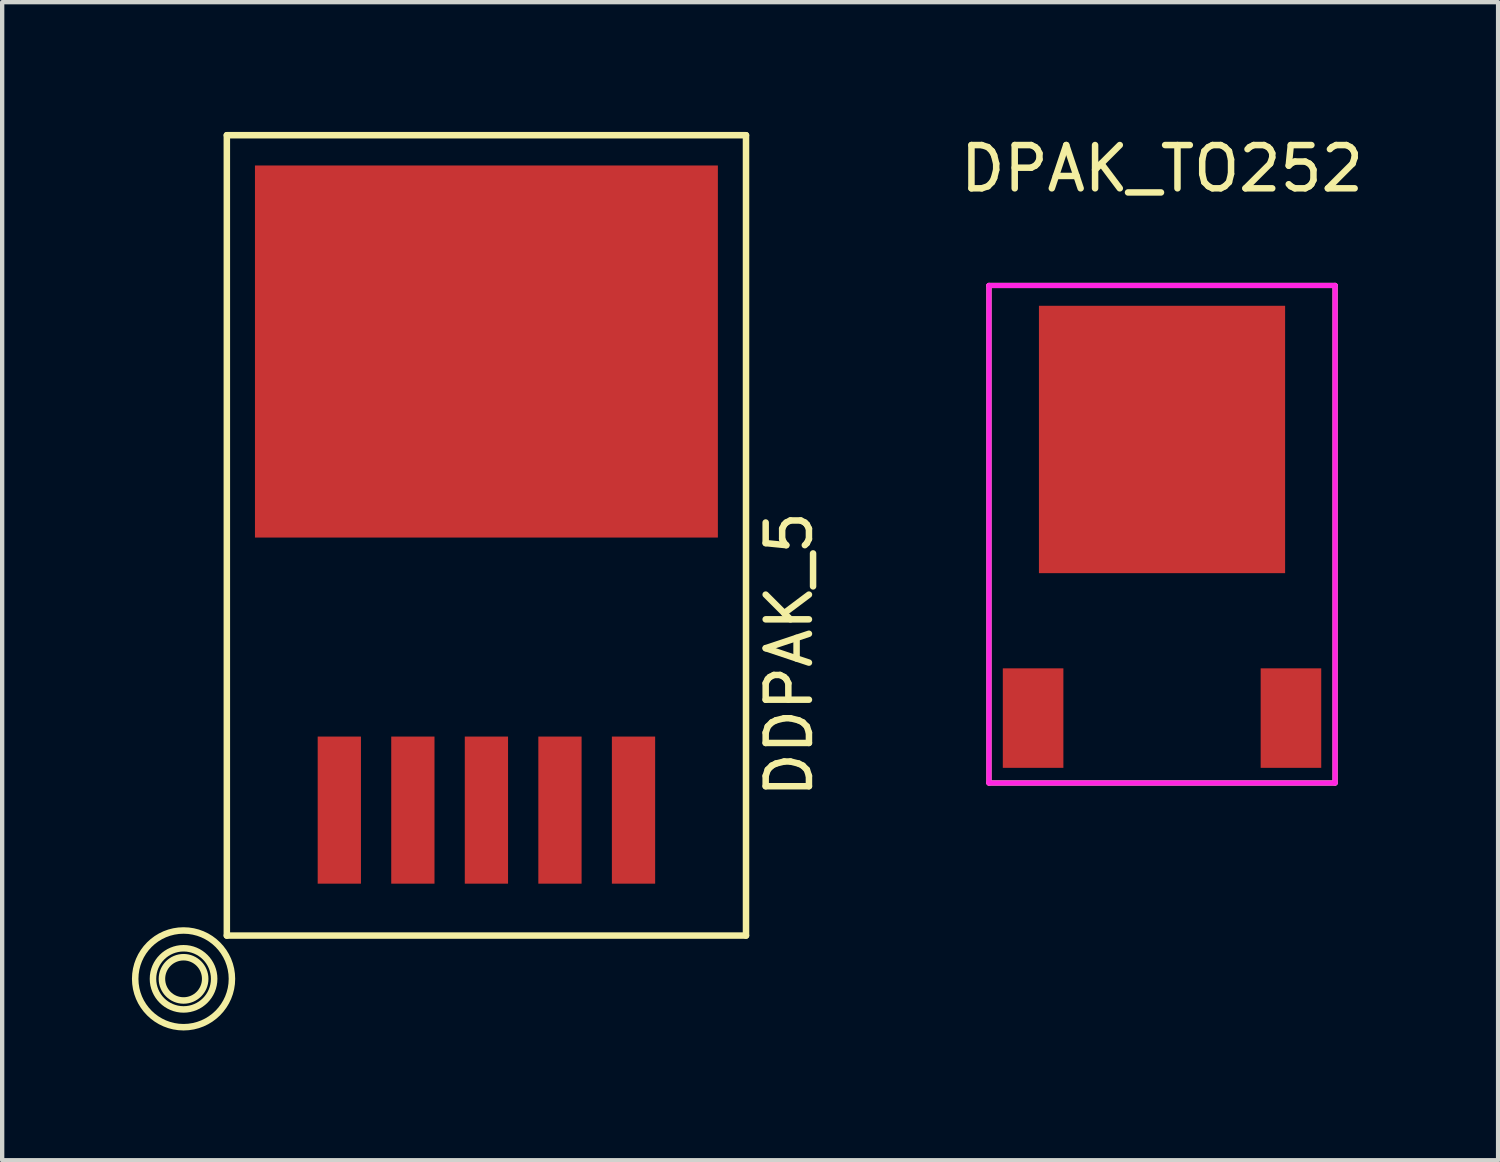
<source format=kicad_pcb>
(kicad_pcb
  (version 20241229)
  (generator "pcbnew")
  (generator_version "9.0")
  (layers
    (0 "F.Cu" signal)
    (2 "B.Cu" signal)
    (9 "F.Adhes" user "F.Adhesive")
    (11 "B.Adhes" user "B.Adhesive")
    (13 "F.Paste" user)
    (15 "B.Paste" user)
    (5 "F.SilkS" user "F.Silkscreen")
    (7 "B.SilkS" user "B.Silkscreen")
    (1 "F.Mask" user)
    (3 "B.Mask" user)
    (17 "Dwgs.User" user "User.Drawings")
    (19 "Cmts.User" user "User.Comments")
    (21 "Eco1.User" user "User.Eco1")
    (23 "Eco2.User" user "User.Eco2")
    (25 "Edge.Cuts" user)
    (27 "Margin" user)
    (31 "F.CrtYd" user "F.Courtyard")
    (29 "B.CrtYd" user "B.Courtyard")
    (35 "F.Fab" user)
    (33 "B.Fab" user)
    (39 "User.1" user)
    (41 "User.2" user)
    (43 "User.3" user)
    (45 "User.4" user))
  (footprint "DPAK_TO252"
    (layer "F.Cu")
    (at 23.809 13.548)
    (property "Reference" "DPAK_TO252" (at 0 -12.7 0) (layer "F.SilkS") (effects (font (size 1 1) (thickness 0.15))))
    (attr through_hole)
    (fp_line (start -4 -10) (end -4 1.5) (stroke (width 0.12) (type solid)) (layer "F.SilkS"))
    (fp_line (start -4 -10) (end 4 -10) (stroke (width 0.12) (type solid)) (layer "F.SilkS"))
    (fp_line (start -4 1.5) (end 4 1.5) (stroke (width 0.12) (type solid)) (layer "F.SilkS"))
    (fp_line (start 4 1.5) (end 4 -10) (stroke (width 0.12) (type solid)) (layer "F.SilkS"))
    (fp_line (start -4 -10) (end 4 -10) (stroke (width 0.12) (type solid)) (layer "F.CrtYd"))
    (fp_line (start -4 1.5) (end -4 -10) (stroke (width 0.12) (type solid)) (layer "F.CrtYd"))
    (fp_line (start 4 -10) (end 4 1.5) (stroke (width 0.12) (type solid)) (layer "F.CrtYd"))
    (fp_line (start 4 1.5) (end -4 1.5) (stroke (width 0.12) (type solid)) (layer "F.CrtYd"))
    (pad "D" smd rect (at 0 -6.44) (size 5.69 6.18) (layers "F.Cu" "F.Mask" "F.Paste"))
    (pad "G" smd rect (at -2.98 0) (size 1.4 2.3) (layers "F.Cu" "F.Mask" "F.Paste"))
    (pad "S" smd rect (at 2.98 0) (size 1.4 2.3) (layers "F.Cu" "F.Mask" "F.Paste")))
  (footprint "DDPAK_5"
    (layer "F.Cu")
    (at 8.193 5.075)
    (property "Reference" "DDPAK_5" (at 7 7 90) (layer "F.SilkS") (effects (font (size 1 1) (thickness 0.15))))
    (attr through_hole)
    (fp_line (start -6 -5) (end 6 -5) (stroke (width 0.15) (type solid)) (layer "F.SilkS"))
    (fp_line (start -6 13.5) (end -6 -5) (stroke (width 0.15) (type solid)) (layer "F.SilkS"))
    (fp_line (start 6 -5) (end 6 13.5) (stroke (width 0.15) (type solid)) (layer "F.SilkS"))
    (fp_line (start 6 13.5) (end -6 13.5) (stroke (width 0.15) (type solid)) (layer "F.SilkS"))
    (fp_circle (center -7 14.5) (end -7 15) (stroke (width 0.15) (type solid)) (fill no) (layer "F.SilkS"))
    (fp_circle (center -7 14.5) (end -6.5 15) (stroke (width 0.15) (type solid)) (fill no) (layer "F.SilkS"))
    (fp_circle (center -7 14.5) (end -6 15) (stroke (width 0.15) (type solid)) (fill no) (layer "F.SilkS"))
    (pad "" smd rect (at 0 0) (size 10.7 8.6) (layers "F.Cu" "F.Mask" "F.Paste"))
    (pad "1" smd rect (at -3.4 10.6) (size 1 3.4) (layers "F.Cu" "F.Mask" "F.Paste"))
    (pad "2" smd rect (at -1.7 10.6) (size 1 3.4) (layers "F.Cu" "F.Mask" "F.Paste"))
    (pad "3" smd rect (at 0 10.6) (size 1 3.4) (layers "F.Cu" "F.Mask" "F.Paste"))
    (pad "4" smd rect (at 1.7 10.6) (size 1 3.4) (layers "F.Cu" "F.Mask" "F.Paste"))
    (pad "5" smd rect (at 3.4 10.6) (size 1 3.4) (layers "F.Cu" "F.Mask" "F.Paste")))
  (gr_rect
    (start -3 -3)
    (end 31.577 23.768)
    (stroke (width 0.1) (type default))
    (fill no)
    (layer "Edge.Cuts")))
</source>
